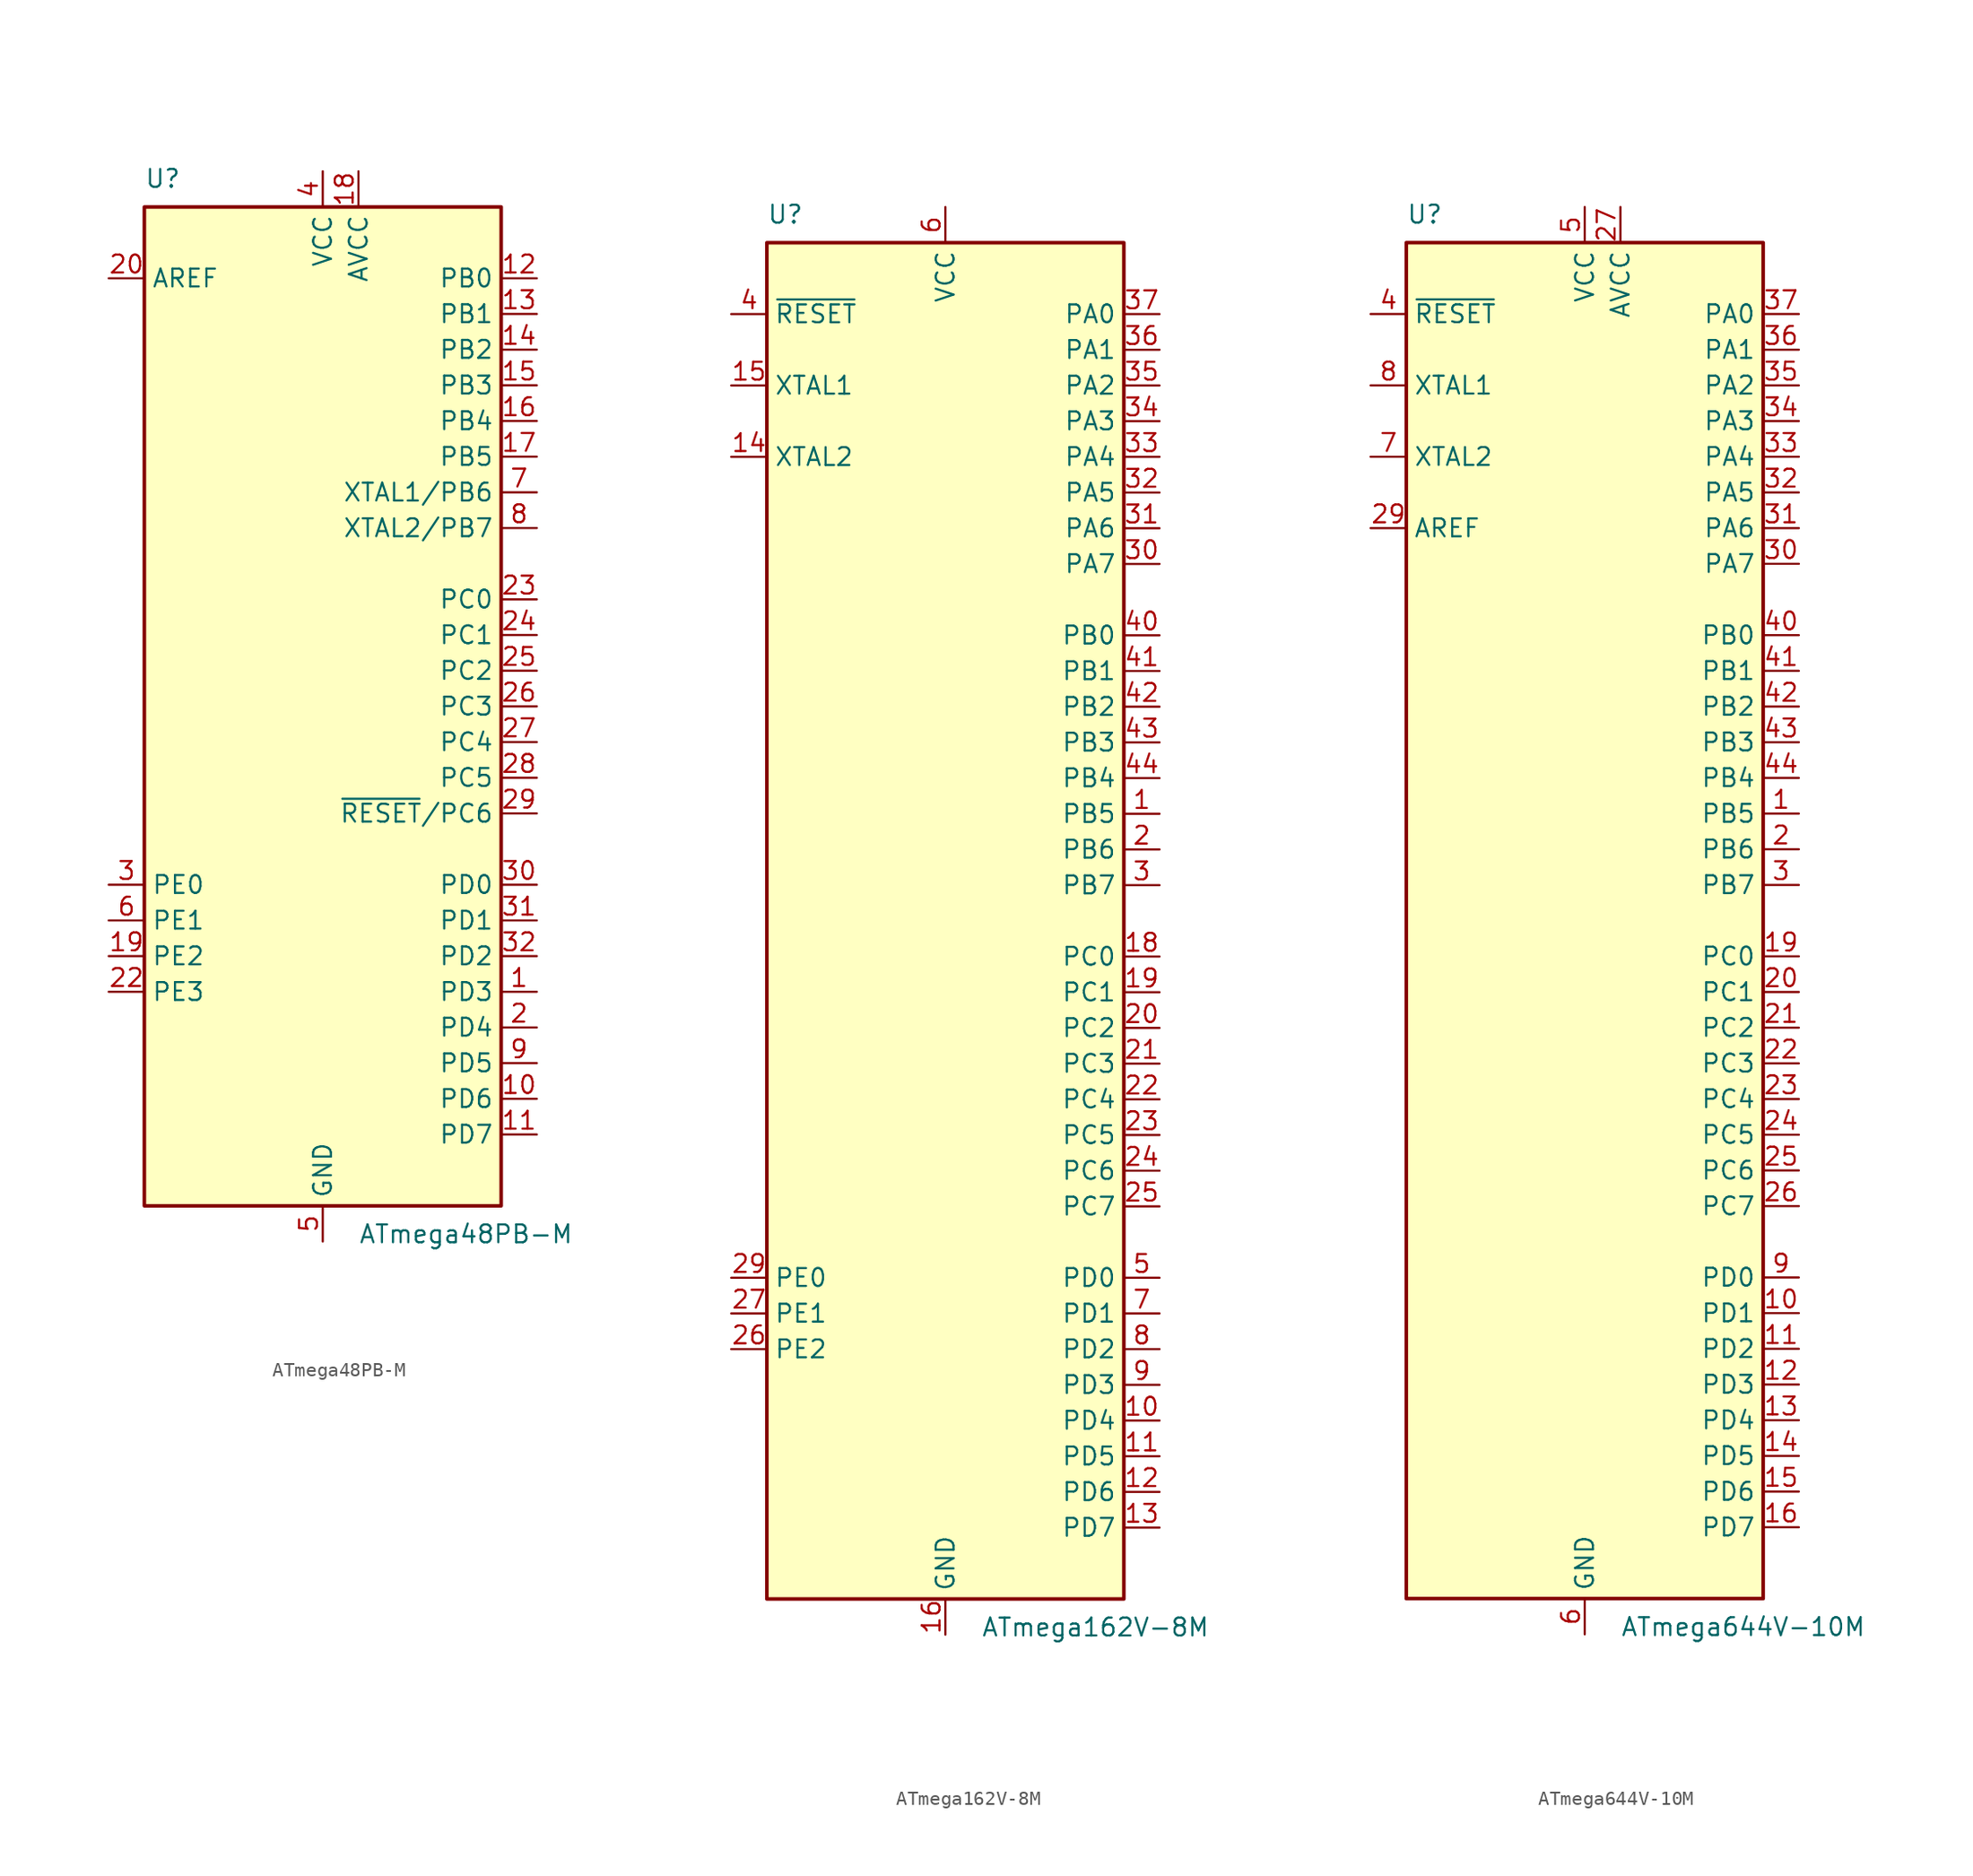
<source format=kicad_sym>
(kicad_symbol_lib
  (version 20231120)
  (generator "kicad_symbol_editor")
  (generator_version "8.0")
  (symbol "ATmega48PB-M"
    (property "Reference" "U"
      (at -12.7 36.83 0)
      (effects (font (size 1.27 1.27)) (justify left bottom)))
    (property "Value" "ATmega48PB-M"
      (at 2.54 -36.83 0)
      (effects (font (size 1.27 1.27)) (justify left top)))
    (symbol "ATmega48PB-M_0_1"
      (rectangle (start -12.7 -35.56) (end 12.7 35.56) (stroke (width 0.254) (type default)) (fill (type background))))
    (symbol "ATmega48PB-M_1_1"
      (pin bidirectional line (at 15.24 -20.32 180) (length 2.54) (name "PD3" (effects (font (size 1.27 1.27)))) (number "1" (effects (font (size 1.27 1.27)))))
      (pin bidirectional line (at 15.24 -27.94 180) (length 2.54) (name "PD6" (effects (font (size 1.27 1.27)))) (number "10" (effects (font (size 1.27 1.27)))))
      (pin bidirectional line (at 15.24 -30.48 180) (length 2.54) (name "PD7" (effects (font (size 1.27 1.27)))) (number "11" (effects (font (size 1.27 1.27)))))
      (pin bidirectional line (at 15.24 30.48 180) (length 2.54) (name "PB0" (effects (font (size 1.27 1.27)))) (number "12" (effects (font (size 1.27 1.27)))))
      (pin bidirectional line (at 15.24 27.94 180) (length 2.54) (name "PB1" (effects (font (size 1.27 1.27)))) (number "13" (effects (font (size 1.27 1.27)))))
      (pin bidirectional line (at 15.24 25.4 180) (length 2.54) (name "PB2" (effects (font (size 1.27 1.27)))) (number "14" (effects (font (size 1.27 1.27)))))
      (pin bidirectional line (at 15.24 22.86 180) (length 2.54) (name "PB3" (effects (font (size 1.27 1.27)))) (number "15" (effects (font (size 1.27 1.27)))))
      (pin bidirectional line (at 15.24 20.32 180) (length 2.54) (name "PB4" (effects (font (size 1.27 1.27)))) (number "16" (effects (font (size 1.27 1.27)))))
      (pin bidirectional line (at 15.24 17.78 180) (length 2.54) (name "PB5" (effects (font (size 1.27 1.27)))) (number "17" (effects (font (size 1.27 1.27)))))
      (pin power_in line (at 2.54 38.1 270) (length 2.54) (name "AVCC" (effects (font (size 1.27 1.27)))) (number "18" (effects (font (size 1.27 1.27)))))
      (pin bidirectional line (at -15.24 -17.78 0) (length 2.54) (name "PE2" (effects (font (size 1.27 1.27)))) (number "19" (effects (font (size 1.27 1.27)))))
      (pin bidirectional line (at 15.24 -22.86 180) (length 2.54) (name "PD4" (effects (font (size 1.27 1.27)))) (number "2" (effects (font (size 1.27 1.27)))))
      (pin passive line (at -15.24 30.48 0) (length 2.54) (name "AREF" (effects (font (size 1.27 1.27)))) (number "20" (effects (font (size 1.27 1.27)))))
      (pin passive line (at 0 -38.1 90) (length 2.54) hide (name "GND" (effects (font (size 1.27 1.27)))) (number "21" (effects (font (size 1.27 1.27)))))
      (pin bidirectional line (at -15.24 -20.32 0) (length 2.54) (name "PE3" (effects (font (size 1.27 1.27)))) (number "22" (effects (font (size 1.27 1.27)))))
      (pin bidirectional line (at 15.24 7.62 180) (length 2.54) (name "PC0" (effects (font (size 1.27 1.27)))) (number "23" (effects (font (size 1.27 1.27)))))
      (pin bidirectional line (at 15.24 5.08 180) (length 2.54) (name "PC1" (effects (font (size 1.27 1.27)))) (number "24" (effects (font (size 1.27 1.27)))))
      (pin bidirectional line (at 15.24 2.54 180) (length 2.54) (name "PC2" (effects (font (size 1.27 1.27)))) (number "25" (effects (font (size 1.27 1.27)))))
      (pin bidirectional line (at 15.24 0 180) (length 2.54) (name "PC3" (effects (font (size 1.27 1.27)))) (number "26" (effects (font (size 1.27 1.27)))))
      (pin bidirectional line (at 15.24 -2.54 180) (length 2.54) (name "PC4" (effects (font (size 1.27 1.27)))) (number "27" (effects (font (size 1.27 1.27)))))
      (pin bidirectional line (at 15.24 -5.08 180) (length 2.54) (name "PC5" (effects (font (size 1.27 1.27)))) (number "28" (effects (font (size 1.27 1.27)))))
      (pin bidirectional line (at 15.24 -7.62 180) (length 2.54) (name "~{RESET}/PC6" (effects (font (size 1.27 1.27)))) (number "29" (effects (font (size 1.27 1.27)))))
      (pin bidirectional line (at -15.24 -12.7 0) (length 2.54) (name "PE0" (effects (font (size 1.27 1.27)))) (number "3" (effects (font (size 1.27 1.27)))))
      (pin bidirectional line (at 15.24 -12.7 180) (length 2.54) (name "PD0" (effects (font (size 1.27 1.27)))) (number "30" (effects (font (size 1.27 1.27)))))
      (pin bidirectional line (at 15.24 -15.24 180) (length 2.54) (name "PD1" (effects (font (size 1.27 1.27)))) (number "31" (effects (font (size 1.27 1.27)))))
      (pin bidirectional line (at 15.24 -17.78 180) (length 2.54) (name "PD2" (effects (font (size 1.27 1.27)))) (number "32" (effects (font (size 1.27 1.27)))))
      (pin passive line (at 0 -38.1 90) (length 2.54) hide (name "GND" (effects (font (size 1.27 1.27)))) (number "33" (effects (font (size 1.27 1.27)))))
      (pin power_in line (at 0 38.1 270) (length 2.54) (name "VCC" (effects (font (size 1.27 1.27)))) (number "4" (effects (font (size 1.27 1.27)))))
      (pin power_in line (at 0 -38.1 90) (length 2.54) (name "GND" (effects (font (size 1.27 1.27)))) (number "5" (effects (font (size 1.27 1.27)))))
      (pin bidirectional line (at -15.24 -15.24 0) (length 2.54) (name "PE1" (effects (font (size 1.27 1.27)))) (number "6" (effects (font (size 1.27 1.27)))))
      (pin bidirectional line (at 15.24 15.24 180) (length 2.54) (name "XTAL1/PB6" (effects (font (size 1.27 1.27)))) (number "7" (effects (font (size 1.27 1.27)))))
      (pin bidirectional line (at 15.24 12.7 180) (length 2.54) (name "XTAL2/PB7" (effects (font (size 1.27 1.27)))) (number "8" (effects (font (size 1.27 1.27)))))
      (pin bidirectional line (at 15.24 -25.4 180) (length 2.54) (name "PD5" (effects (font (size 1.27 1.27)))) (number "9" (effects (font (size 1.27 1.27)))))))
  (symbol "ATmega162V-8M"
    (property "Reference" "U"
      (at -12.7 49.53 0)
      (effects (font (size 1.27 1.27)) (justify left bottom)))
    (property "Value" "ATmega162V-8M"
      (at 2.54 -49.53 0)
      (effects (font (size 1.27 1.27)) (justify left top)))
    (symbol "ATmega162V-8M_0_1"
      (rectangle (start -12.7 -48.26) (end 12.7 48.26) (stroke (width 0.254) (type default)) (fill (type background))))
    (symbol "ATmega162V-8M_1_1"
      (pin bidirectional line (at 15.24 7.62 180) (length 2.54) (name "PB5" (effects (font (size 1.27 1.27)))) (number "1" (effects (font (size 1.27 1.27)))))
      (pin bidirectional line (at 15.24 -35.56 180) (length 2.54) (name "PD4" (effects (font (size 1.27 1.27)))) (number "10" (effects (font (size 1.27 1.27)))))
      (pin bidirectional line (at 15.24 -38.1 180) (length 2.54) (name "PD5" (effects (font (size 1.27 1.27)))) (number "11" (effects (font (size 1.27 1.27)))))
      (pin bidirectional line (at 15.24 -40.64 180) (length 2.54) (name "PD6" (effects (font (size 1.27 1.27)))) (number "12" (effects (font (size 1.27 1.27)))))
      (pin bidirectional line (at 15.24 -43.18 180) (length 2.54) (name "PD7" (effects (font (size 1.27 1.27)))) (number "13" (effects (font (size 1.27 1.27)))))
      (pin output line (at -15.24 33.02 0) (length 2.54) (name "XTAL2" (effects (font (size 1.27 1.27)))) (number "14" (effects (font (size 1.27 1.27)))))
      (pin input line (at -15.24 38.1 0) (length 2.54) (name "XTAL1" (effects (font (size 1.27 1.27)))) (number "15" (effects (font (size 1.27 1.27)))))
      (pin power_in line (at 0 -50.8 90) (length 2.54) (name "GND" (effects (font (size 1.27 1.27)))) (number "16" (effects (font (size 1.27 1.27)))))
      (pin passive line (at 0 50.8 270) (length 2.54) hide (name "VCC" (effects (font (size 1.27 1.27)))) (number "17" (effects (font (size 1.27 1.27)))))
      (pin bidirectional line (at 15.24 -2.54 180) (length 2.54) (name "PC0" (effects (font (size 1.27 1.27)))) (number "18" (effects (font (size 1.27 1.27)))))
      (pin bidirectional line (at 15.24 -5.08 180) (length 2.54) (name "PC1" (effects (font (size 1.27 1.27)))) (number "19" (effects (font (size 1.27 1.27)))))
      (pin bidirectional line (at 15.24 5.08 180) (length 2.54) (name "PB6" (effects (font (size 1.27 1.27)))) (number "2" (effects (font (size 1.27 1.27)))))
      (pin bidirectional line (at 15.24 -7.62 180) (length 2.54) (name "PC2" (effects (font (size 1.27 1.27)))) (number "20" (effects (font (size 1.27 1.27)))))
      (pin bidirectional line (at 15.24 -10.16 180) (length 2.54) (name "PC3" (effects (font (size 1.27 1.27)))) (number "21" (effects (font (size 1.27 1.27)))))
      (pin bidirectional line (at 15.24 -12.7 180) (length 2.54) (name "PC4" (effects (font (size 1.27 1.27)))) (number "22" (effects (font (size 1.27 1.27)))))
      (pin bidirectional line (at 15.24 -15.24 180) (length 2.54) (name "PC5" (effects (font (size 1.27 1.27)))) (number "23" (effects (font (size 1.27 1.27)))))
      (pin bidirectional line (at 15.24 -17.78 180) (length 2.54) (name "PC6" (effects (font (size 1.27 1.27)))) (number "24" (effects (font (size 1.27 1.27)))))
      (pin bidirectional line (at 15.24 -20.32 180) (length 2.54) (name "PC7" (effects (font (size 1.27 1.27)))) (number "25" (effects (font (size 1.27 1.27)))))
      (pin bidirectional line (at -15.24 -30.48 0) (length 2.54) (name "PE2" (effects (font (size 1.27 1.27)))) (number "26" (effects (font (size 1.27 1.27)))))
      (pin bidirectional line (at -15.24 -27.94 0) (length 2.54) (name "PE1" (effects (font (size 1.27 1.27)))) (number "27" (effects (font (size 1.27 1.27)))))
      (pin passive line (at 0 -50.8 90) (length 2.54) hide (name "GND" (effects (font (size 1.27 1.27)))) (number "28" (effects (font (size 1.27 1.27)))))
      (pin bidirectional line (at -15.24 -25.4 0) (length 2.54) (name "PE0" (effects (font (size 1.27 1.27)))) (number "29" (effects (font (size 1.27 1.27)))))
      (pin bidirectional line (at 15.24 2.54 180) (length 2.54) (name "PB7" (effects (font (size 1.27 1.27)))) (number "3" (effects (font (size 1.27 1.27)))))
      (pin bidirectional line (at 15.24 25.4 180) (length 2.54) (name "PA7" (effects (font (size 1.27 1.27)))) (number "30" (effects (font (size 1.27 1.27)))))
      (pin bidirectional line (at 15.24 27.94 180) (length 2.54) (name "PA6" (effects (font (size 1.27 1.27)))) (number "31" (effects (font (size 1.27 1.27)))))
      (pin bidirectional line (at 15.24 30.48 180) (length 2.54) (name "PA5" (effects (font (size 1.27 1.27)))) (number "32" (effects (font (size 1.27 1.27)))))
      (pin bidirectional line (at 15.24 33.02 180) (length 2.54) (name "PA4" (effects (font (size 1.27 1.27)))) (number "33" (effects (font (size 1.27 1.27)))))
      (pin bidirectional line (at 15.24 35.56 180) (length 2.54) (name "PA3" (effects (font (size 1.27 1.27)))) (number "34" (effects (font (size 1.27 1.27)))))
      (pin bidirectional line (at 15.24 38.1 180) (length 2.54) (name "PA2" (effects (font (size 1.27 1.27)))) (number "35" (effects (font (size 1.27 1.27)))))
      (pin bidirectional line (at 15.24 40.64 180) (length 2.54) (name "PA1" (effects (font (size 1.27 1.27)))) (number "36" (effects (font (size 1.27 1.27)))))
      (pin bidirectional line (at 15.24 43.18 180) (length 2.54) (name "PA0" (effects (font (size 1.27 1.27)))) (number "37" (effects (font (size 1.27 1.27)))))
      (pin passive line (at 0 50.8 270) (length 2.54) hide (name "VCC" (effects (font (size 1.27 1.27)))) (number "38" (effects (font (size 1.27 1.27)))))
      (pin passive line (at 0 -50.8 90) (length 2.54) hide (name "GND" (effects (font (size 1.27 1.27)))) (number "39" (effects (font (size 1.27 1.27)))))
      (pin input line (at -15.24 43.18 0) (length 2.54) (name "~{RESET}" (effects (font (size 1.27 1.27)))) (number "4" (effects (font (size 1.27 1.27)))))
      (pin bidirectional line (at 15.24 20.32 180) (length 2.54) (name "PB0" (effects (font (size 1.27 1.27)))) (number "40" (effects (font (size 1.27 1.27)))))
      (pin bidirectional line (at 15.24 17.78 180) (length 2.54) (name "PB1" (effects (font (size 1.27 1.27)))) (number "41" (effects (font (size 1.27 1.27)))))
      (pin bidirectional line (at 15.24 15.24 180) (length 2.54) (name "PB2" (effects (font (size 1.27 1.27)))) (number "42" (effects (font (size 1.27 1.27)))))
      (pin bidirectional line (at 15.24 12.7 180) (length 2.54) (name "PB3" (effects (font (size 1.27 1.27)))) (number "43" (effects (font (size 1.27 1.27)))))
      (pin bidirectional line (at 15.24 10.16 180) (length 2.54) (name "PB4" (effects (font (size 1.27 1.27)))) (number "44" (effects (font (size 1.27 1.27)))))
      (pin passive line (at 0 -50.8 90) (length 2.54) hide (name "GND" (effects (font (size 1.27 1.27)))) (number "45" (effects (font (size 1.27 1.27)))))
      (pin bidirectional line (at 15.24 -25.4 180) (length 2.54) (name "PD0" (effects (font (size 1.27 1.27)))) (number "5" (effects (font (size 1.27 1.27)))))
      (pin power_in line (at 0 50.8 270) (length 2.54) (name "VCC" (effects (font (size 1.27 1.27)))) (number "6" (effects (font (size 1.27 1.27)))))
      (pin bidirectional line (at 15.24 -27.94 180) (length 2.54) (name "PD1" (effects (font (size 1.27 1.27)))) (number "7" (effects (font (size 1.27 1.27)))))
      (pin bidirectional line (at 15.24 -30.48 180) (length 2.54) (name "PD2" (effects (font (size 1.27 1.27)))) (number "8" (effects (font (size 1.27 1.27)))))
      (pin bidirectional line (at 15.24 -33.02 180) (length 2.54) (name "PD3" (effects (font (size 1.27 1.27)))) (number "9" (effects (font (size 1.27 1.27)))))))
  (symbol "ATmega644V-10M"
    (property "Reference" "U"
      (at -12.7 49.53 0)
      (effects (font (size 1.27 1.27)) (justify left bottom)))
    (property "Value" "ATmega644V-10M"
      (at 2.54 -49.53 0)
      (effects (font (size 1.27 1.27)) (justify left top)))
    (symbol "ATmega644V-10M_0_1"
      (rectangle (start -12.7 -48.26) (end 12.7 48.26) (stroke (width 0.254) (type default)) (fill (type background))))
    (symbol "ATmega644V-10M_1_1"
      (pin bidirectional line (at 15.24 7.62 180) (length 2.54) (name "PB5" (effects (font (size 1.27 1.27)))) (number "1" (effects (font (size 1.27 1.27)))))
      (pin bidirectional line (at 15.24 -27.94 180) (length 2.54) (name "PD1" (effects (font (size 1.27 1.27)))) (number "10" (effects (font (size 1.27 1.27)))))
      (pin bidirectional line (at 15.24 -30.48 180) (length 2.54) (name "PD2" (effects (font (size 1.27 1.27)))) (number "11" (effects (font (size 1.27 1.27)))))
      (pin bidirectional line (at 15.24 -33.02 180) (length 2.54) (name "PD3" (effects (font (size 1.27 1.27)))) (number "12" (effects (font (size 1.27 1.27)))))
      (pin bidirectional line (at 15.24 -35.56 180) (length 2.54) (name "PD4" (effects (font (size 1.27 1.27)))) (number "13" (effects (font (size 1.27 1.27)))))
      (pin bidirectional line (at 15.24 -38.1 180) (length 2.54) (name "PD5" (effects (font (size 1.27 1.27)))) (number "14" (effects (font (size 1.27 1.27)))))
      (pin bidirectional line (at 15.24 -40.64 180) (length 2.54) (name "PD6" (effects (font (size 1.27 1.27)))) (number "15" (effects (font (size 1.27 1.27)))))
      (pin bidirectional line (at 15.24 -43.18 180) (length 2.54) (name "PD7" (effects (font (size 1.27 1.27)))) (number "16" (effects (font (size 1.27 1.27)))))
      (pin passive line (at 0 50.8 270) (length 2.54) hide (name "VCC" (effects (font (size 1.27 1.27)))) (number "17" (effects (font (size 1.27 1.27)))))
      (pin passive line (at 0 -50.8 90) (length 2.54) hide (name "GND" (effects (font (size 1.27 1.27)))) (number "18" (effects (font (size 1.27 1.27)))))
      (pin bidirectional line (at 15.24 -2.54 180) (length 2.54) (name "PC0" (effects (font (size 1.27 1.27)))) (number "19" (effects (font (size 1.27 1.27)))))
      (pin bidirectional line (at 15.24 5.08 180) (length 2.54) (name "PB6" (effects (font (size 1.27 1.27)))) (number "2" (effects (font (size 1.27 1.27)))))
      (pin bidirectional line (at 15.24 -5.08 180) (length 2.54) (name "PC1" (effects (font (size 1.27 1.27)))) (number "20" (effects (font (size 1.27 1.27)))))
      (pin bidirectional line (at 15.24 -7.62 180) (length 2.54) (name "PC2" (effects (font (size 1.27 1.27)))) (number "21" (effects (font (size 1.27 1.27)))))
      (pin bidirectional line (at 15.24 -10.16 180) (length 2.54) (name "PC3" (effects (font (size 1.27 1.27)))) (number "22" (effects (font (size 1.27 1.27)))))
      (pin bidirectional line (at 15.24 -12.7 180) (length 2.54) (name "PC4" (effects (font (size 1.27 1.27)))) (number "23" (effects (font (size 1.27 1.27)))))
      (pin bidirectional line (at 15.24 -15.24 180) (length 2.54) (name "PC5" (effects (font (size 1.27 1.27)))) (number "24" (effects (font (size 1.27 1.27)))))
      (pin bidirectional line (at 15.24 -17.78 180) (length 2.54) (name "PC6" (effects (font (size 1.27 1.27)))) (number "25" (effects (font (size 1.27 1.27)))))
      (pin bidirectional line (at 15.24 -20.32 180) (length 2.54) (name "PC7" (effects (font (size 1.27 1.27)))) (number "26" (effects (font (size 1.27 1.27)))))
      (pin power_in line (at 2.54 50.8 270) (length 2.54) (name "AVCC" (effects (font (size 1.27 1.27)))) (number "27" (effects (font (size 1.27 1.27)))))
      (pin passive line (at 0 -50.8 90) (length 2.54) hide (name "GND" (effects (font (size 1.27 1.27)))) (number "28" (effects (font (size 1.27 1.27)))))
      (pin passive line (at -15.24 27.94 0) (length 2.54) (name "AREF" (effects (font (size 1.27 1.27)))) (number "29" (effects (font (size 1.27 1.27)))))
      (pin bidirectional line (at 15.24 2.54 180) (length 2.54) (name "PB7" (effects (font (size 1.27 1.27)))) (number "3" (effects (font (size 1.27 1.27)))))
      (pin bidirectional line (at 15.24 25.4 180) (length 2.54) (name "PA7" (effects (font (size 1.27 1.27)))) (number "30" (effects (font (size 1.27 1.27)))))
      (pin bidirectional line (at 15.24 27.94 180) (length 2.54) (name "PA6" (effects (font (size 1.27 1.27)))) (number "31" (effects (font (size 1.27 1.27)))))
      (pin bidirectional line (at 15.24 30.48 180) (length 2.54) (name "PA5" (effects (font (size 1.27 1.27)))) (number "32" (effects (font (size 1.27 1.27)))))
      (pin bidirectional line (at 15.24 33.02 180) (length 2.54) (name "PA4" (effects (font (size 1.27 1.27)))) (number "33" (effects (font (size 1.27 1.27)))))
      (pin bidirectional line (at 15.24 35.56 180) (length 2.54) (name "PA3" (effects (font (size 1.27 1.27)))) (number "34" (effects (font (size 1.27 1.27)))))
      (pin bidirectional line (at 15.24 38.1 180) (length 2.54) (name "PA2" (effects (font (size 1.27 1.27)))) (number "35" (effects (font (size 1.27 1.27)))))
      (pin bidirectional line (at 15.24 40.64 180) (length 2.54) (name "PA1" (effects (font (size 1.27 1.27)))) (number "36" (effects (font (size 1.27 1.27)))))
      (pin bidirectional line (at 15.24 43.18 180) (length 2.54) (name "PA0" (effects (font (size 1.27 1.27)))) (number "37" (effects (font (size 1.27 1.27)))))
      (pin passive line (at 0 50.8 270) (length 2.54) hide (name "VCC" (effects (font (size 1.27 1.27)))) (number "38" (effects (font (size 1.27 1.27)))))
      (pin passive line (at 0 -50.8 90) (length 2.54) hide (name "GND" (effects (font (size 1.27 1.27)))) (number "39" (effects (font (size 1.27 1.27)))))
      (pin input line (at -15.24 43.18 0) (length 2.54) (name "~{RESET}" (effects (font (size 1.27 1.27)))) (number "4" (effects (font (size 1.27 1.27)))))
      (pin bidirectional line (at 15.24 20.32 180) (length 2.54) (name "PB0" (effects (font (size 1.27 1.27)))) (number "40" (effects (font (size 1.27 1.27)))))
      (pin bidirectional line (at 15.24 17.78 180) (length 2.54) (name "PB1" (effects (font (size 1.27 1.27)))) (number "41" (effects (font (size 1.27 1.27)))))
      (pin bidirectional line (at 15.24 15.24 180) (length 2.54) (name "PB2" (effects (font (size 1.27 1.27)))) (number "42" (effects (font (size 1.27 1.27)))))
      (pin bidirectional line (at 15.24 12.7 180) (length 2.54) (name "PB3" (effects (font (size 1.27 1.27)))) (number "43" (effects (font (size 1.27 1.27)))))
      (pin bidirectional line (at 15.24 10.16 180) (length 2.54) (name "PB4" (effects (font (size 1.27 1.27)))) (number "44" (effects (font (size 1.27 1.27)))))
      (pin passive line (at 0 -50.8 90) (length 2.54) hide (name "GND" (effects (font (size 1.27 1.27)))) (number "45" (effects (font (size 1.27 1.27)))))
      (pin power_in line (at 0 50.8 270) (length 2.54) (name "VCC" (effects (font (size 1.27 1.27)))) (number "5" (effects (font (size 1.27 1.27)))))
      (pin power_in line (at 0 -50.8 90) (length 2.54) (name "GND" (effects (font (size 1.27 1.27)))) (number "6" (effects (font (size 1.27 1.27)))))
      (pin output line (at -15.24 33.02 0) (length 2.54) (name "XTAL2" (effects (font (size 1.27 1.27)))) (number "7" (effects (font (size 1.27 1.27)))))
      (pin input line (at -15.24 38.1 0) (length 2.54) (name "XTAL1" (effects (font (size 1.27 1.27)))) (number "8" (effects (font (size 1.27 1.27)))))
      (pin bidirectional line (at 15.24 -25.4 180) (length 2.54) (name "PD0" (effects (font (size 1.27 1.27)))) (number "9" (effects (font (size 1.27 1.27))))))))
</source>
